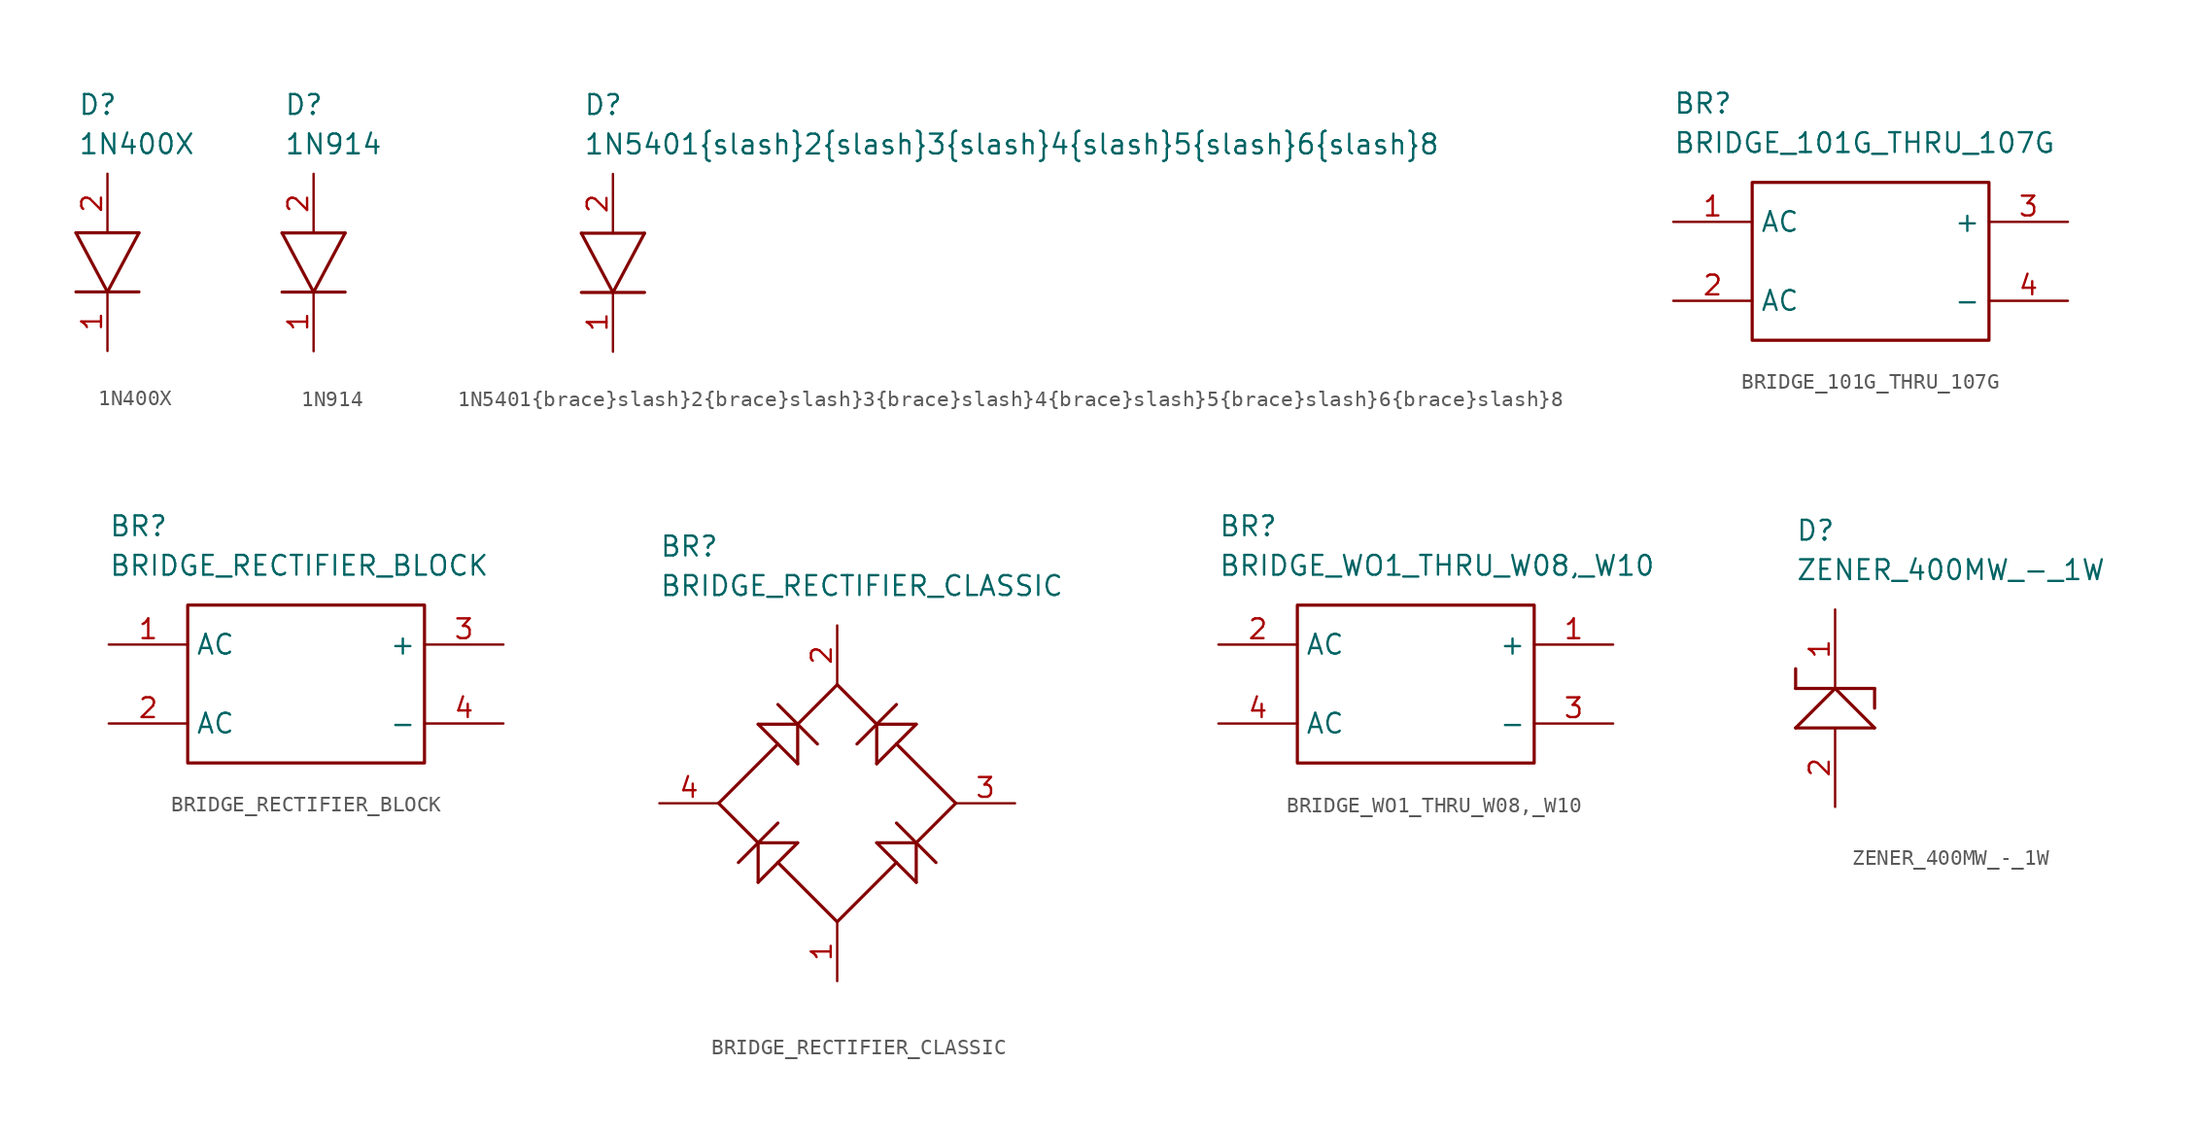
<source format=kicad_sym>
(kicad_symbol_lib
  (version 20211014)
  (generator kicad_symbol_editor)
  (symbol "1N400X"
    (property "Reference" "D"
      (at -1.905 10.795 0)
      (effects (font (size 1.27 1.27)) (justify left)))
    (property "Value" "1N400X"
      (at -1.905 8.255 0)
      (effects (font (size 1.27 1.27)) (justify left)))
    (property "ki_locked" ""
      (at 0 0 0)
      (effects (font (size 1.27 1.27))))
    (symbol "1N400X_0_0"
      (polyline (pts (xy -2.032 -1.27) (xy 2.032 -1.27)) (stroke (width 0.203) (type default) (color 0 0 0 0)) (fill (type none)))
      (polyline (pts (xy -2.032 2.54) (xy 2.032 2.54)) (stroke (width 0.203) (type default) (color 0 0 0 0)) (fill (type none)))
      (polyline (pts (xy 0 -1.27) (xy -2.032 2.54)) (stroke (width 0.203) (type default) (color 0 0 0 0)) (fill (type none)))
      (polyline (pts (xy 2.032 2.54) (xy 0 -1.27)) (stroke (width 0.203) (type default) (color 0 0 0 0)) (fill (type none))))
    (symbol "1N400X_1_0"
      (pin unspecified line (at 0 -5.08 90) (length 3.81) (name "~" (effects (font (size 1.27 1.27)))) (number "1" (effects (font (size 1.27 1.27)))))
      (pin unspecified line (at 0 6.35 270) (length 3.81) (name "~" (effects (font (size 1.27 1.27)))) (number "2" (effects (font (size 1.27 1.27)))))))
  (symbol "1N914"
    (property "Reference" "D"
      (at -1.905 10.795 0)
      (effects (font (size 1.27 1.27)) (justify left)))
    (property "Value" "1N914"
      (at -1.905 8.255 0)
      (effects (font (size 1.27 1.27)) (justify left)))
    (property "ki_locked" ""
      (at 0 0 0)
      (effects (font (size 1.27 1.27))))
    (symbol "1N914_0_0"
      (polyline (pts (xy -2.032 -1.27) (xy 2.032 -1.27)) (stroke (width 0.203) (type default) (color 0 0 0 0)) (fill (type none)))
      (polyline (pts (xy -2.032 2.54) (xy 2.032 2.54)) (stroke (width 0.203) (type default) (color 0 0 0 0)) (fill (type none)))
      (polyline (pts (xy 0 -1.27) (xy -2.032 2.54)) (stroke (width 0.203) (type default) (color 0 0 0 0)) (fill (type none)))
      (polyline (pts (xy 2.032 2.54) (xy 0 -1.27)) (stroke (width 0.203) (type default) (color 0 0 0 0)) (fill (type none))))
    (symbol "1N914_1_0"
      (pin unspecified line (at 0 -5.08 90) (length 3.81) (name "~" (effects (font (size 1.27 1.27)))) (number "1" (effects (font (size 1.27 1.27)))))
      (pin unspecified line (at 0 6.35 270) (length 3.81) (name "~" (effects (font (size 1.27 1.27)))) (number "2" (effects (font (size 1.27 1.27)))))))
  (symbol "1N5401{brace}slash}2{brace}slash}3{brace}slash}4{brace}slash}5{brace}slash}6{brace}slash}8"
    (property "Reference" "D"
      (at -1.905 10.795 0)
      (effects (font (size 1.27 1.27)) (justify left)))
    (property "Value" "1N5401{brace}slash}2{brace}slash}3{brace}slash}4{brace}slash}5{brace}slash}6{brace}slash}8"
      (at -1.905 8.255 0)
      (effects (font (size 1.27 1.27)) (justify left)))
    (property "ki_locked" ""
      (at 0 0 0)
      (effects (font (size 1.27 1.27))))
    (symbol "1N5401{brace}slash}2{brace}slash}3{brace}slash}4{brace}slash}5{brace}slash}6{brace}slash}8_0_0"
      (polyline (pts (xy -2.032 -1.27) (xy 2.032 -1.27)) (stroke (width 0.203) (type default) (color 0 0 0 0)) (fill (type none)))
      (polyline (pts (xy -2.032 2.54) (xy 2.032 2.54)) (stroke (width 0.203) (type default) (color 0 0 0 0)) (fill (type none)))
      (polyline (pts (xy 0 -1.27) (xy -2.032 2.54)) (stroke (width 0.203) (type default) (color 0 0 0 0)) (fill (type none)))
      (polyline (pts (xy 2.032 2.54) (xy 0 -1.27)) (stroke (width 0.203) (type default) (color 0 0 0 0)) (fill (type none))))
    (symbol "1N5401{brace}slash}2{brace}slash}3{brace}slash}4{brace}slash}5{brace}slash}6{brace}slash}8_1_0"
      (pin unspecified line (at 0 -5.08 90) (length 3.81) (name "~" (effects (font (size 1.27 1.27)))) (number "1" (effects (font (size 1.27 1.27)))))
      (pin unspecified line (at 0 6.35 270) (length 3.81) (name "~" (effects (font (size 1.27 1.27)))) (number "2" (effects (font (size 1.27 1.27)))))))
  (symbol "BRIDGE_101G_THRU_107G"
    (property "Reference" "BR"
      (at -12.7 10.16 0)
      (effects (font (size 1.27 1.27)) (justify left)))
    (property "Value" "BRIDGE_101G_THRU_107G"
      (at -12.7 7.62 0)
      (effects (font (size 1.27 1.27)) (justify left)))
    (property "ki_locked" ""
      (at 0 0 0)
      (effects (font (size 1.27 1.27))))
    (symbol "BRIDGE_101G_THRU_107G_0_0"
      (rectangle (start -7.62 5.08) (end 7.62 -5.08) (stroke (width 0.203) (type default) (color 0 0 0 0)) (fill (type none))))
    (symbol "BRIDGE_101G_THRU_107G_1_0"
      (pin unspecified line (at -12.7 2.54 0) (length 5.08) (name "AC" (effects (font (size 1.27 1.27)))) (number "1" (effects (font (size 1.27 1.27)))))
      (pin unspecified line (at -12.7 -2.54 0) (length 5.08) (name "AC" (effects (font (size 1.27 1.27)))) (number "2" (effects (font (size 1.27 1.27)))))
      (pin unspecified line (at 12.7 2.54 180) (length 5.08) (name "+" (effects (font (size 1.27 1.27)))) (number "3" (effects (font (size 1.27 1.27)))))
      (pin unspecified line (at 12.7 -2.54 180) (length 5.08) (name "-" (effects (font (size 1.27 1.27)))) (number "4" (effects (font (size 1.27 1.27)))))))
  (symbol "BRIDGE_RECTIFIER_BLOCK"
    (property "Reference" "BR"
      (at -12.7 10.16 0)
      (effects (font (size 1.27 1.27)) (justify left)))
    (property "Value" "BRIDGE_RECTIFIER_BLOCK"
      (at -12.7 7.62 0)
      (effects (font (size 1.27 1.27)) (justify left)))
    (property "ki_locked" ""
      (at 0 0 0)
      (effects (font (size 1.27 1.27))))
    (symbol "BRIDGE_RECTIFIER_BLOCK_0_0"
      (rectangle (start -7.62 5.08) (end 7.62 -5.08) (stroke (width 0.203) (type default) (color 0 0 0 0)) (fill (type none))))
    (symbol "BRIDGE_RECTIFIER_BLOCK_1_0"
      (pin unspecified line (at -12.7 2.54 0) (length 5.08) (name "AC" (effects (font (size 1.27 1.27)))) (number "1" (effects (font (size 1.27 1.27)))))
      (pin unspecified line (at -12.7 -2.54 0) (length 5.08) (name "AC" (effects (font (size 1.27 1.27)))) (number "2" (effects (font (size 1.27 1.27)))))
      (pin unspecified line (at 12.7 2.54 180) (length 5.08) (name "+" (effects (font (size 1.27 1.27)))) (number "3" (effects (font (size 1.27 1.27)))))
      (pin unspecified line (at 12.7 -2.54 180) (length 5.08) (name "-" (effects (font (size 1.27 1.27)))) (number "4" (effects (font (size 1.27 1.27)))))))
  (symbol "BRIDGE_RECTIFIER_CLASSIC"
    (property "Reference" "BR"
      (at -11.43 16.51 0)
      (effects (font (size 1.27 1.27)) (justify left)))
    (property "Value" "BRIDGE_RECTIFIER_CLASSIC"
      (at -11.43 13.97 0)
      (effects (font (size 1.27 1.27)) (justify left)))
    (property "ki_locked" ""
      (at 0 0 0)
      (effects (font (size 1.27 1.27))))
    (symbol "BRIDGE_RECTIFIER_CLASSIC_0_0"
      (polyline (pts (xy -5.08 -5.08) (xy -5.08 -2.54)) (stroke (width 0.203) (type default) (color 0 0 0 0)) (fill (type none)))
      (polyline (pts (xy -5.08 -2.54) (xy -7.62 0)) (stroke (width 0.203) (type default) (color 0 0 0 0)) (fill (type none)))
      (polyline (pts (xy -5.08 -2.54) (xy -2.54 -2.54)) (stroke (width 0.203) (type default) (color 0 0 0 0)) (fill (type none)))
      (polyline (pts (xy -5.08 5.08) (xy -2.54 2.54)) (stroke (width 0.203) (type default) (color 0 0 0 0)) (fill (type none)))
      (polyline (pts (xy -3.81 -3.81) (xy 0 -7.62)) (stroke (width 0.203) (type default) (color 0 0 0 0)) (fill (type none)))
      (polyline (pts (xy -3.81 -1.27) (xy -6.35 -3.81)) (stroke (width 0.203) (type default) (color 0 0 0 0)) (fill (type none)))
      (polyline (pts (xy -3.81 3.81) (xy -7.62 0)) (stroke (width 0.203) (type default) (color 0 0 0 0)) (fill (type none)))
      (polyline (pts (xy -3.81 6.35) (xy -1.27 3.81)) (stroke (width 0.203) (type default) (color 0 0 0 0)) (fill (type none)))
      (polyline (pts (xy -2.54 -2.54) (xy -5.08 -5.08)) (stroke (width 0.203) (type default) (color 0 0 0 0)) (fill (type none)))
      (polyline (pts (xy -2.54 2.54) (xy -2.54 5.08)) (stroke (width 0.203) (type default) (color 0 0 0 0)) (fill (type none)))
      (polyline (pts (xy -2.54 5.08) (xy -5.08 5.08)) (stroke (width 0.203) (type default) (color 0 0 0 0)) (fill (type none)))
      (polyline (pts (xy -2.54 5.08) (xy 0 7.62)) (stroke (width 0.203) (type default) (color 0 0 0 0)) (fill (type none)))
      (polyline (pts (xy 2.54 -2.54) (xy 5.08 -5.08)) (stroke (width 0.203) (type default) (color 0 0 0 0)) (fill (type none)))
      (polyline (pts (xy 2.54 2.54) (xy 2.54 5.08)) (stroke (width 0.203) (type default) (color 0 0 0 0)) (fill (type none)))
      (polyline (pts (xy 2.54 5.08) (xy 0 7.62)) (stroke (width 0.203) (type default) (color 0 0 0 0)) (fill (type none)))
      (polyline (pts (xy 2.54 5.08) (xy 5.08 5.08)) (stroke (width 0.203) (type default) (color 0 0 0 0)) (fill (type none)))
      (polyline (pts (xy 3.81 -3.81) (xy 0 -7.62)) (stroke (width 0.203) (type default) (color 0 0 0 0)) (fill (type none)))
      (polyline (pts (xy 3.81 -1.27) (xy 6.35 -3.81)) (stroke (width 0.203) (type default) (color 0 0 0 0)) (fill (type none)))
      (polyline (pts (xy 3.81 3.81) (xy 7.62 0)) (stroke (width 0.203) (type default) (color 0 0 0 0)) (fill (type none)))
      (polyline (pts (xy 3.81 6.35) (xy 1.27 3.81)) (stroke (width 0.203) (type default) (color 0 0 0 0)) (fill (type none)))
      (polyline (pts (xy 5.08 -5.08) (xy 5.08 -2.54)) (stroke (width 0.203) (type default) (color 0 0 0 0)) (fill (type none)))
      (polyline (pts (xy 5.08 -2.54) (xy 2.54 -2.54)) (stroke (width 0.203) (type default) (color 0 0 0 0)) (fill (type none)))
      (polyline (pts (xy 5.08 -2.54) (xy 7.62 0)) (stroke (width 0.203) (type default) (color 0 0 0 0)) (fill (type none)))
      (polyline (pts (xy 5.08 5.08) (xy 2.54 2.54)) (stroke (width 0.203) (type default) (color 0 0 0 0)) (fill (type none))))
    (symbol "BRIDGE_RECTIFIER_CLASSIC_1_0"
      (pin unspecified line (at 0 -11.43 90) (length 3.81) (name "~" (effects (font (size 1.27 1.27)))) (number "1" (effects (font (size 1.27 1.27)))))
      (pin unspecified line (at 0 11.43 270) (length 3.81) (name "~" (effects (font (size 1.27 1.27)))) (number "2" (effects (font (size 1.27 1.27)))))
      (pin unspecified line (at 11.43 0 180) (length 3.81) (name "~" (effects (font (size 1.27 1.27)))) (number "3" (effects (font (size 1.27 1.27)))))
      (pin unspecified line (at -11.43 0 0) (length 3.81) (name "~" (effects (font (size 1.27 1.27)))) (number "4" (effects (font (size 1.27 1.27)))))))
  (symbol "BRIDGE_WO1_THRU_W08,_W10"
    (property "Reference" "BR"
      (at -12.7 10.16 0)
      (effects (font (size 1.27 1.27)) (justify left)))
    (property "Value" "BRIDGE_WO1_THRU_W08,_W10"
      (at -12.7 7.62 0)
      (effects (font (size 1.27 1.27)) (justify left)))
    (property "ki_locked" ""
      (at 0 0 0)
      (effects (font (size 1.27 1.27))))
    (symbol "BRIDGE_WO1_THRU_W08,_W10_0_0"
      (rectangle (start -7.62 5.08) (end 7.62 -5.08) (stroke (width 0.203) (type default) (color 0 0 0 0)) (fill (type none))))
    (symbol "BRIDGE_WO1_THRU_W08,_W10_1_0"
      (pin unspecified line (at 12.7 2.54 180) (length 5.08) (name "+" (effects (font (size 1.27 1.27)))) (number "1" (effects (font (size 1.27 1.27)))))
      (pin unspecified line (at -12.7 2.54 0) (length 5.08) (name "AC" (effects (font (size 1.27 1.27)))) (number "2" (effects (font (size 1.27 1.27)))))
      (pin unspecified line (at 12.7 -2.54 180) (length 5.08) (name "-" (effects (font (size 1.27 1.27)))) (number "3" (effects (font (size 1.27 1.27)))))
      (pin unspecified line (at -12.7 -2.54 0) (length 5.08) (name "AC" (effects (font (size 1.27 1.27)))) (number "4" (effects (font (size 1.27 1.27)))))))
  (symbol "ZENER_400MW_-_1W"
    (property "Reference" "D"
      (at -2.54 11.43 0)
      (effects (font (size 1.27 1.27)) (justify left)))
    (property "Value" "ZENER_400MW_-_1W"
      (at -2.54 8.89 0)
      (effects (font (size 1.27 1.27)) (justify left)))
    (property "ki_locked" ""
      (at 0 0 0)
      (effects (font (size 1.27 1.27))))
    (symbol "ZENER_400MW_-_1W_0_0"
      (polyline (pts (xy -2.54 -1.27) (xy 2.54 -1.27)) (stroke (width 0.203) (type default) (color 0 0 0 0)) (fill (type none)))
      (polyline (pts (xy -2.54 1.27) (xy -2.54 2.54)) (stroke (width 0.203) (type default) (color 0 0 0 0)) (fill (type none)))
      (polyline (pts (xy -2.54 1.27) (xy 2.54 1.27)) (stroke (width 0.203) (type default) (color 0 0 0 0)) (fill (type none)))
      (polyline (pts (xy 0 1.27) (xy -2.54 -1.27)) (stroke (width 0.203) (type default) (color 0 0 0 0)) (fill (type none)))
      (polyline (pts (xy 2.54 -1.27) (xy 0 1.27)) (stroke (width 0.203) (type default) (color 0 0 0 0)) (fill (type none)))
      (polyline (pts (xy 2.54 1.27) (xy 2.54 0)) (stroke (width 0.203) (type default) (color 0 0 0 0)) (fill (type none))))
    (symbol "ZENER_400MW_-_1W_1_0"
      (pin unspecified line (at 0 6.35 270) (length 5.08) (name "~" (effects (font (size 1.27 1.27)))) (number "1" (effects (font (size 1.27 1.27)))))
      (pin unspecified line (at 0 -6.35 90) (length 5.08) (name "~" (effects (font (size 1.27 1.27)))) (number "2" (effects (font (size 1.27 1.27))))))))
</source>
